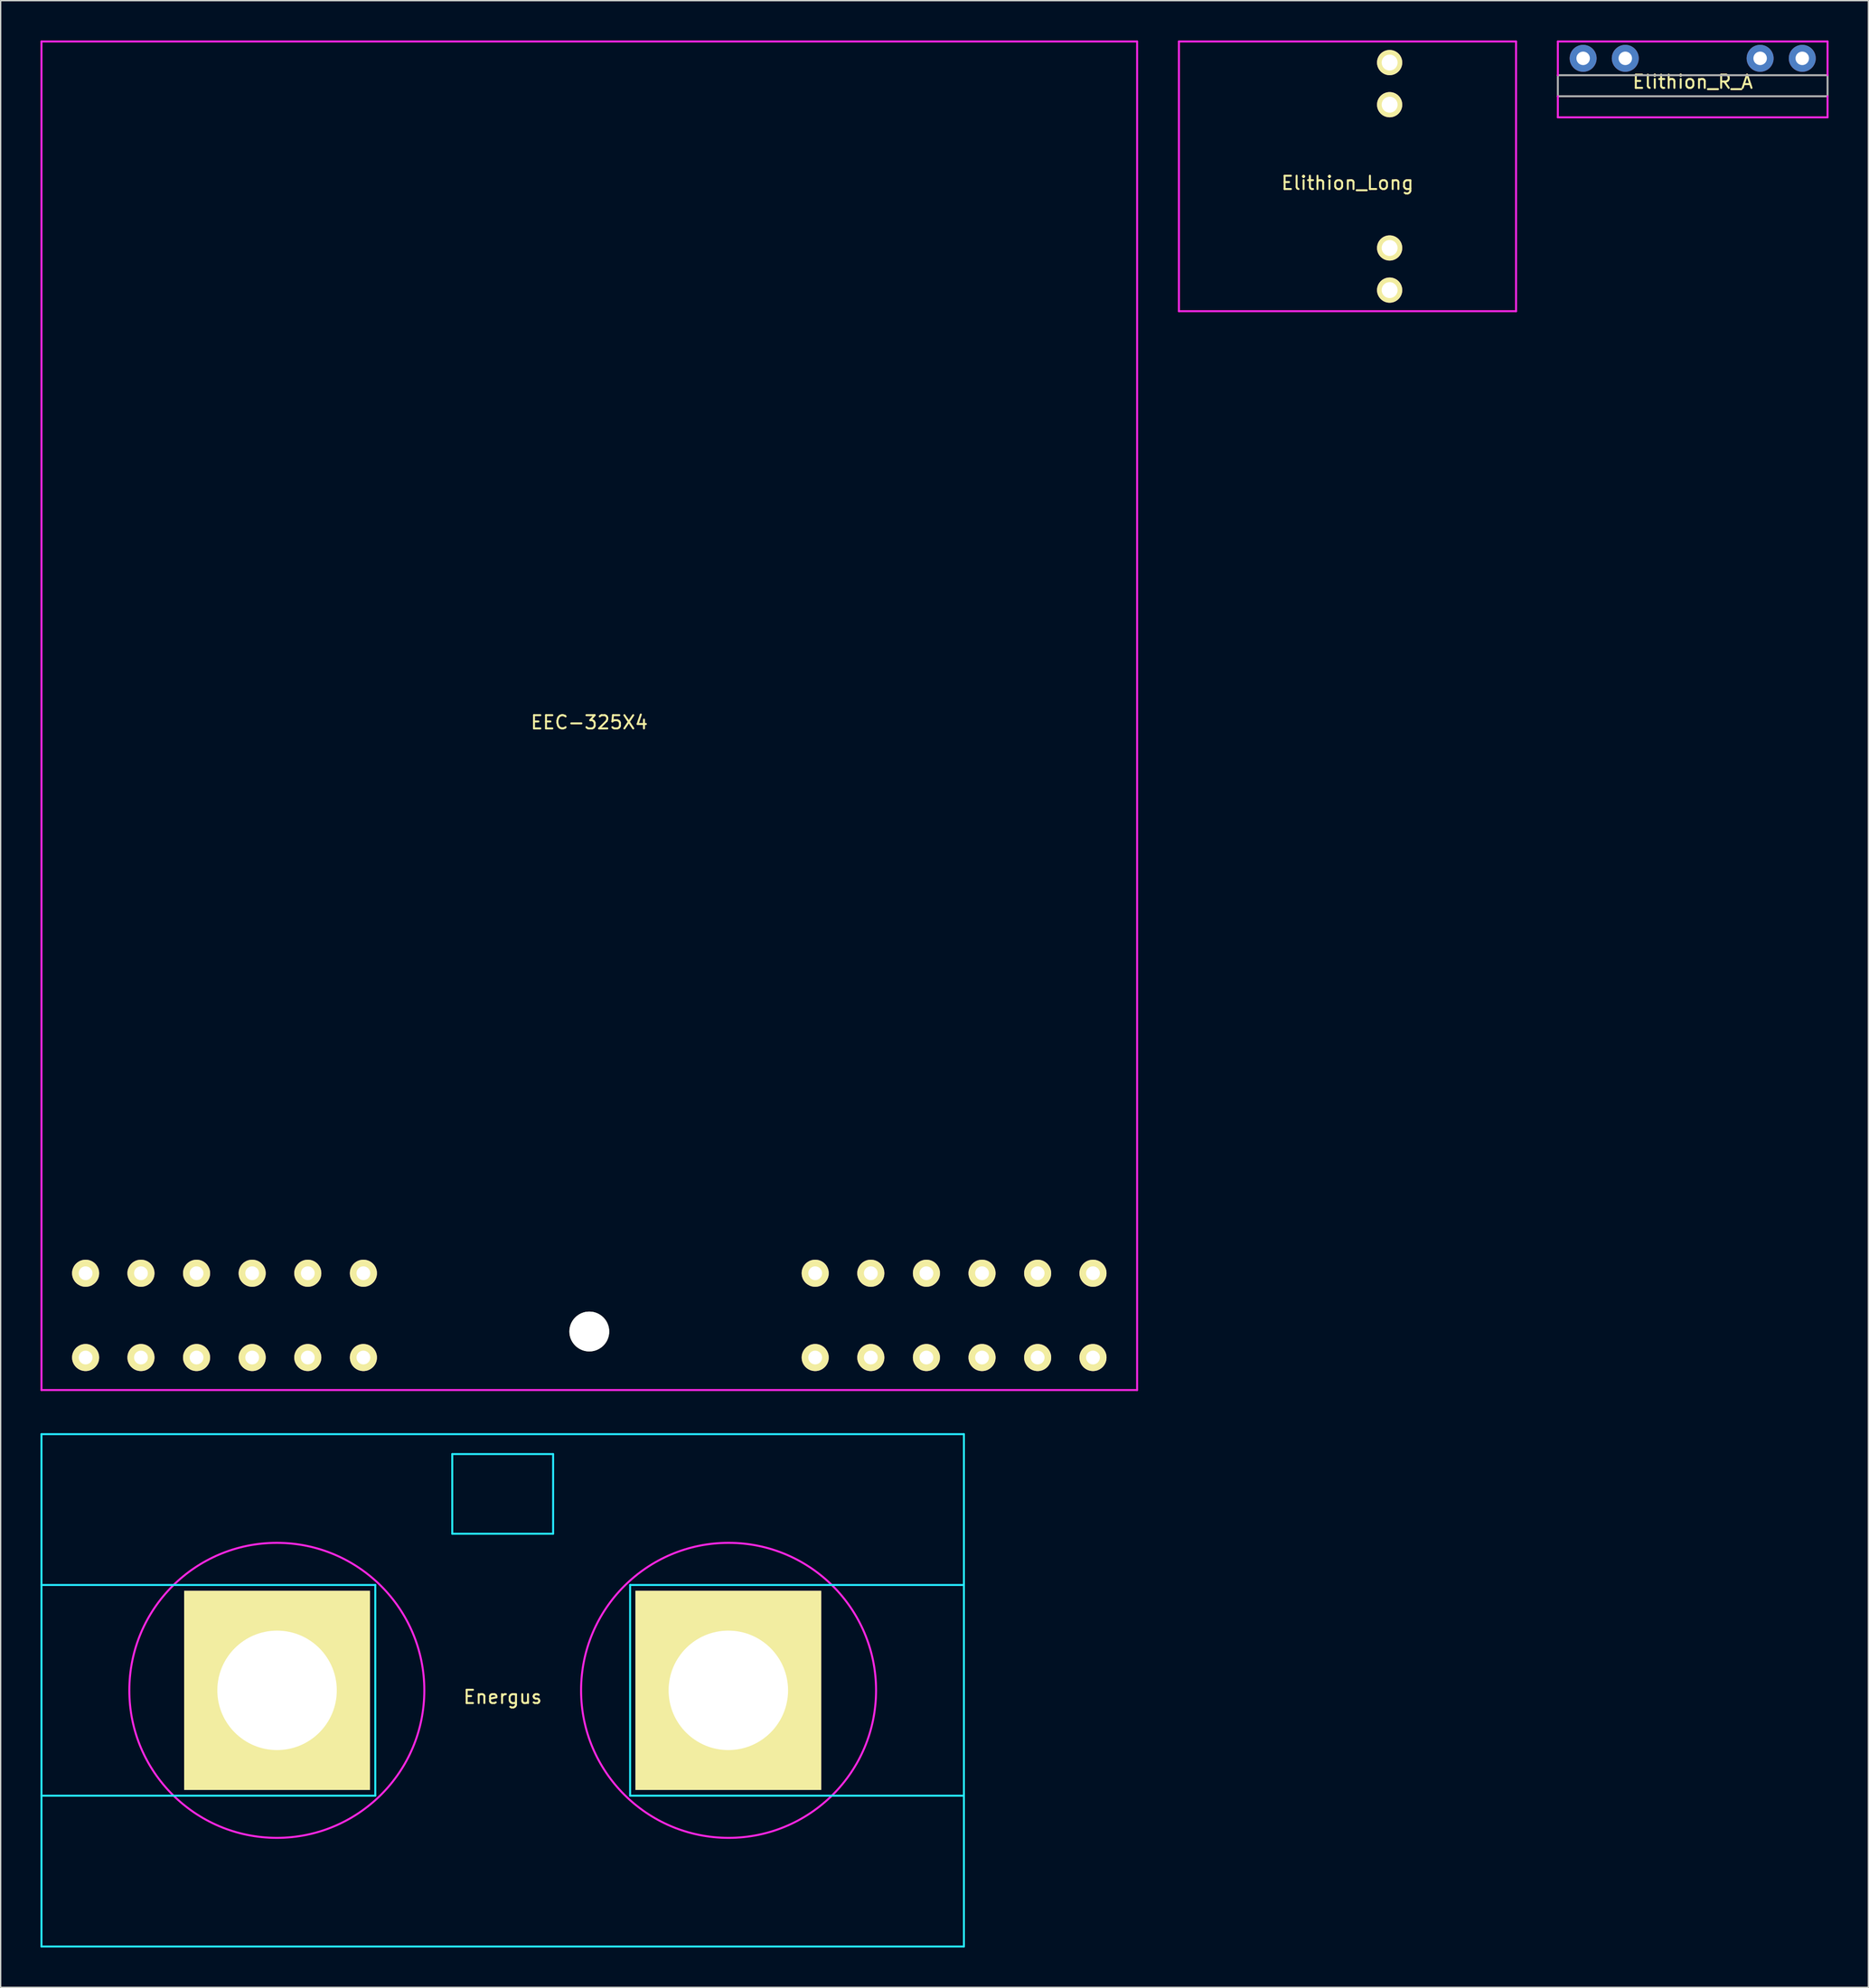
<source format=kicad_pcb>
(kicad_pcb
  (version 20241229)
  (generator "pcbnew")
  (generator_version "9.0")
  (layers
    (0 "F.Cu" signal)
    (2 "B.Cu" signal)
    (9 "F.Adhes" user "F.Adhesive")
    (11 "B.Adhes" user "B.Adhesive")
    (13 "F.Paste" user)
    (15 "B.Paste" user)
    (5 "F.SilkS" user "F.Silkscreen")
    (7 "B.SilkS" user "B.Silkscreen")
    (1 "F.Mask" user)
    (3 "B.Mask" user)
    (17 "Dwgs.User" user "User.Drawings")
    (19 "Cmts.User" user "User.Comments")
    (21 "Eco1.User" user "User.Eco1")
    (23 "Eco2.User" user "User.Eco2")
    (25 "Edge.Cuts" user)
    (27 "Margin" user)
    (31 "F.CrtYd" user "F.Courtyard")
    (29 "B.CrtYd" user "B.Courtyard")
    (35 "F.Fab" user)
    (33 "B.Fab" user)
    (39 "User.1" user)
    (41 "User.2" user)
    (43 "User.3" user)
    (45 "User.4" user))
  (footprint "Elithion_Long"
    (layer "F.Cu")
    (at 98.475 10.235)
    (property "Reference" "Elithion_Long" (at 0 0.5 0) (layer "F.SilkS") (effects (font (size 1 1) (thickness 0.15))))
    (attr through_hole)
    (fp_line (start -12.7 -10.16) (end -12.7 10.16) (stroke (width 0.15) (type solid)) (layer "F.CrtYd"))
    (fp_line (start -12.7 10.16) (end 12.7 10.16) (stroke (width 0.15) (type solid)) (layer "F.CrtYd"))
    (fp_line (start 12.7 -10.16) (end -12.7 -10.16) (stroke (width 0.15) (type solid)) (layer "F.CrtYd"))
    (fp_line (start 12.7 10.16) (end 12.7 -10.16) (stroke (width 0.15) (type solid)) (layer "F.CrtYd"))
    (pad "B+" thru_hole circle (at 3.175 -8.572) (size 1.9 1.9) (drill 1.2) (layers "*.Cu" "*.Mask" "F.SilkS"))
    (pad "B-" thru_hole circle (at 3.175 8.572) (size 1.9 1.9) (drill 1.2) (layers "*.Cu" "*.Mask" "F.SilkS"))
    (pad "C+" thru_hole circle (at 3.175 -5.397) (size 1.9 1.9) (drill 1.2) (layers "*.Cu" "*.Mask" "F.SilkS"))
    (pad "C-" thru_hole circle (at 3.175 5.397) (size 1.9 1.9) (drill 1.2) (layers "*.Cu" "*.Mask" "F.SilkS")))
  (footprint "EEC-325X4"
    (layer "F.Cu")
    (at 41.35 101.675)
    (property "Reference" "EEC-325X4" (at 0 -50.3 0) (layer "F.SilkS") (effects (font (size 1 1) (thickness 0.15))))
    (attr through_hole)
    (fp_line (start -41.275 -101.6) (end 41.275 -101.6) (stroke (width 0.15) (type solid)) (layer "F.CrtYd"))
    (fp_line (start -41.275 0) (end -41.275 -101.6) (stroke (width 0.15) (type solid)) (layer "F.CrtYd"))
    (fp_line (start 41.275 -101.6) (end 41.275 0) (stroke (width 0.15) (type solid)) (layer "F.CrtYd"))
    (fp_line (start 41.275 0) (end -41.275 0) (stroke (width 0.15) (type solid)) (layer "F.CrtYd"))
    (pad "" np_thru_hole circle (at 0 -4.41) (size 3 3) (drill 3) (layers "*.Cu" "*.Mask" "F.SilkS"))
    (pad "A1" thru_hole circle (at 17.02 -8.8) (size 2.04 2.04) (drill 1.04) (layers "*.Cu" "*.Mask" "F.SilkS"))
    (pad "A2" thru_hole circle (at 21.21 -8.8) (size 2.04 2.04) (drill 1.04) (layers "*.Cu" "*.Mask" "F.SilkS"))
    (pad "A3" thru_hole circle (at 25.4 -8.8) (size 2.04 2.04) (drill 1.04) (layers "*.Cu" "*.Mask" "F.SilkS"))
    (pad "A4" thru_hole circle (at 29.59 -8.8) (size 2.04 2.04) (drill 1.04) (layers "*.Cu" "*.Mask" "F.SilkS"))
    (pad "A5" thru_hole circle (at 33.78 -8.8) (size 2.04 2.04) (drill 1.04) (layers "*.Cu" "*.Mask" "F.SilkS"))
    (pad "A6" thru_hole circle (at 37.95 -8.8) (size 2.04 2.04) (drill 1.04) (layers "*.Cu" "*.Mask" "F.SilkS"))
    (pad "A7" thru_hole circle (at 37.95 -2.45) (size 2.04 2.04) (drill 1.04) (layers "*.Cu" "*.Mask" "F.SilkS"))
    (pad "A8" thru_hole circle (at 33.78 -2.45) (size 2.04 2.04) (drill 1.04) (layers "*.Cu" "*.Mask" "F.SilkS"))
    (pad "A9" thru_hole circle (at 29.59 -2.45) (size 2.04 2.04) (drill 1.04) (layers "*.Cu" "*.Mask" "F.SilkS"))
    (pad "A10" thru_hole circle (at 25.4 -2.45) (size 2.04 2.04) (drill 1.04) (layers "*.Cu" "*.Mask" "F.SilkS"))
    (pad "A11" thru_hole circle (at 21.21 -2.45) (size 2.04 2.04) (drill 1.04) (layers "*.Cu" "*.Mask" "F.SilkS"))
    (pad "A12" thru_hole circle (at 17.02 -2.45) (size 2.04 2.04) (drill 1.04) (layers "*.Cu" "*.Mask" "F.SilkS"))
    (pad "B1" thru_hole circle (at -17.02 -2.45) (size 2.04 2.04) (drill 1.04) (layers "*.Cu" "*.Mask" "F.SilkS"))
    (pad "B2" thru_hole circle (at -21.21 -2.45) (size 2.04 2.04) (drill 1.04) (layers "*.Cu" "*.Mask" "F.SilkS"))
    (pad "B3" thru_hole circle (at -25.4 -2.45) (size 2.04 2.04) (drill 1.04) (layers "*.Cu" "*.Mask" "F.SilkS"))
    (pad "B4" thru_hole circle (at -29.59 -2.45) (size 2.04 2.04) (drill 1.04) (layers "*.Cu" "*.Mask" "F.SilkS"))
    (pad "B5" thru_hole circle (at -33.78 -2.45) (size 2.04 2.04) (drill 1.04) (layers "*.Cu" "*.Mask" "F.SilkS"))
    (pad "B6" thru_hole circle (at -37.95 -2.45) (size 2.04 2.04) (drill 1.04) (layers "*.Cu" "*.Mask" "F.SilkS"))
    (pad "B7" thru_hole circle (at -37.95 -8.8) (size 2.04 2.04) (drill 1.04) (layers "*.Cu" "*.Mask" "F.SilkS"))
    (pad "B8" thru_hole circle (at -33.78 -8.8) (size 2.04 2.04) (drill 1.04) (layers "*.Cu" "*.Mask" "F.SilkS"))
    (pad "B9" thru_hole circle (at -29.59 -8.8) (size 2.04 2.04) (drill 1.04) (layers "*.Cu" "*.Mask" "F.SilkS"))
    (pad "B10" thru_hole circle (at -25.4 -8.8) (size 2.04 2.04) (drill 1.04) (layers "*.Cu" "*.Mask" "F.SilkS"))
    (pad "B11" thru_hole circle (at -21.21 -8.8) (size 2.04 2.04) (drill 1.04) (layers "*.Cu" "*.Mask" "F.SilkS"))
    (pad "B12" thru_hole circle (at -17.02 -8.8) (size 2.04 2.04) (drill 1.04) (layers "*.Cu" "*.Mask" "F.SilkS")))
  (footprint "Elithion_R_A"
    (layer "F.Cu")
    (at 124.485 2.615)
    (property "Reference" "Elithion_R_A" (at 0 0.5 0) (layer "F.SilkS") (effects (font (size 1 1) (thickness 0.15))))
    (attr through_hole)
    (fp_line (start -10.16 -2.54) (end -10.16 0) (stroke (width 0.15) (type solid)) (layer "F.CrtYd"))
    (fp_line (start -10.16 1.587) (end -10.16 3.175) (stroke (width 0.15) (type solid)) (layer "F.CrtYd"))
    (fp_line (start -10.16 3.175) (end 10.16 3.175) (stroke (width 0.15) (type solid)) (layer "F.CrtYd"))
    (fp_line (start 10.16 -2.54) (end -10.16 -2.54) (stroke (width 0.15) (type solid)) (layer "F.CrtYd"))
    (fp_line (start 10.16 0) (end 10.16 -2.54) (stroke (width 0.15) (type solid)) (layer "F.CrtYd"))
    (fp_line (start 10.16 1.587) (end 10.16 3.175) (stroke (width 0.15) (type solid)) (layer "F.CrtYd"))
    (fp_line (start -10.16 1.587) (end -10.16 0) (stroke (width 0.15) (type solid)) (layer "F.Fab"))
    (fp_line (start 10.16 0) (end -10.16 0) (stroke (width 0.15) (type solid)) (layer "F.Fab"))
    (fp_line (start 10.16 0) (end 10.16 1.587) (stroke (width 0.15) (type solid)) (layer "F.Fab"))
    (fp_line (start 10.16 1.587) (end -10.16 1.587) (stroke (width 0.15) (type solid)) (layer "F.Fab"))
    (pad "B+" thru_hole circle (at 8.255 -1.27) (size 2.032 2.032) (drill 1.016) (layers "*.Cu" "*.Mask"))
    (pad "B-" thru_hole circle (at -8.255 -1.27) (size 2.032 2.032) (drill 1.016) (layers "*.Cu" "*.Mask"))
    (pad "C+" thru_hole circle (at 5.08 -1.27) (size 2.032 2.032) (drill 1.016) (layers "*.Cu" "*.Mask"))
    (pad "C-" thru_hole circle (at -5.08 -1.27) (size 2.032 2.032) (drill 1.016) (layers "*.Cu" "*.Mask")))
  (footprint "Energus"
    (layer "F.Cu")
    (at 34.825 124.3)
    (property "Reference" "Energus" (at 0 0.5 0) (layer "F.SilkS") (effects (font (size 1 1) (thickness 0.15))))
    (attr through_hole)
    (fp_line (start -34.75 -19.3) (end 34.75 -19.3) (stroke (width 0.15) (type solid)) (layer "B.CrtYd"))
    (fp_line (start -34.75 -7.938) (end -9.6 -7.938) (stroke (width 0.15) (type solid)) (layer "B.CrtYd"))
    (fp_line (start -34.75 7.938) (end -9.6 7.938) (stroke (width 0.15) (type solid)) (layer "B.CrtYd"))
    (fp_line (start -34.75 19.3) (end -34.75 -19.3) (stroke (width 0.15) (type solid)) (layer "B.CrtYd"))
    (fp_line (start -34.75 19.3) (end 34.75 19.3) (stroke (width 0.15) (type solid)) (layer "B.CrtYd"))
    (fp_line (start -9.6 -7.938) (end -9.6 7.938) (stroke (width 0.15) (type solid)) (layer "B.CrtYd"))
    (fp_line (start -3.8 -11.8) (end -3.8 -17.8) (stroke (width 0.15) (type solid)) (layer "B.CrtYd"))
    (fp_line (start 3.8 -17.8) (end -3.8 -17.8) (stroke (width 0.15) (type solid)) (layer "B.CrtYd"))
    (fp_line (start 3.8 -17.8) (end 3.8 -11.8) (stroke (width 0.15) (type solid)) (layer "B.CrtYd"))
    (fp_line (start 3.8 -11.8) (end -3.8 -11.8) (stroke (width 0.15) (type solid)) (layer "B.CrtYd"))
    (fp_line (start 9.6 7.938) (end 9.6 -7.938) (stroke (width 0.15) (type solid)) (layer "B.CrtYd"))
    (fp_line (start 34.75 -7.938) (end 9.6 -7.938) (stroke (width 0.15) (type solid)) (layer "B.CrtYd"))
    (fp_line (start 34.75 7.938) (end 9.6 7.938) (stroke (width 0.15) (type solid)) (layer "B.CrtYd"))
    (fp_line (start 34.75 19.3) (end 34.75 -19.3) (stroke (width 0.15) (type solid)) (layer "B.CrtYd"))
    (fp_circle (center -17.018 0) (end -5.905 0) (stroke (width 0.15) (type solid)) (fill no) (layer "F.CrtYd"))
    (fp_circle (center 17.018 0) (end 28.131 0) (stroke (width 0.15) (type solid)) (fill no) (layer "F.CrtYd"))
    (pad "1" thru_hole rect (at 17 0) (size 14 15) (drill 9) (layers "B.Cu" "B.Mask" "F.SilkS"))
    (pad "2" thru_hole rect (at -17 0) (size 14 15) (drill 9) (layers "B.Cu" "B.Mask" "F.SilkS")))
  (gr_rect
    (start -3 -3)
    (end 137.72 146.675)
    (stroke (width 0.1) (type default))
    (fill no)
    (layer "Edge.Cuts")))
</source>
